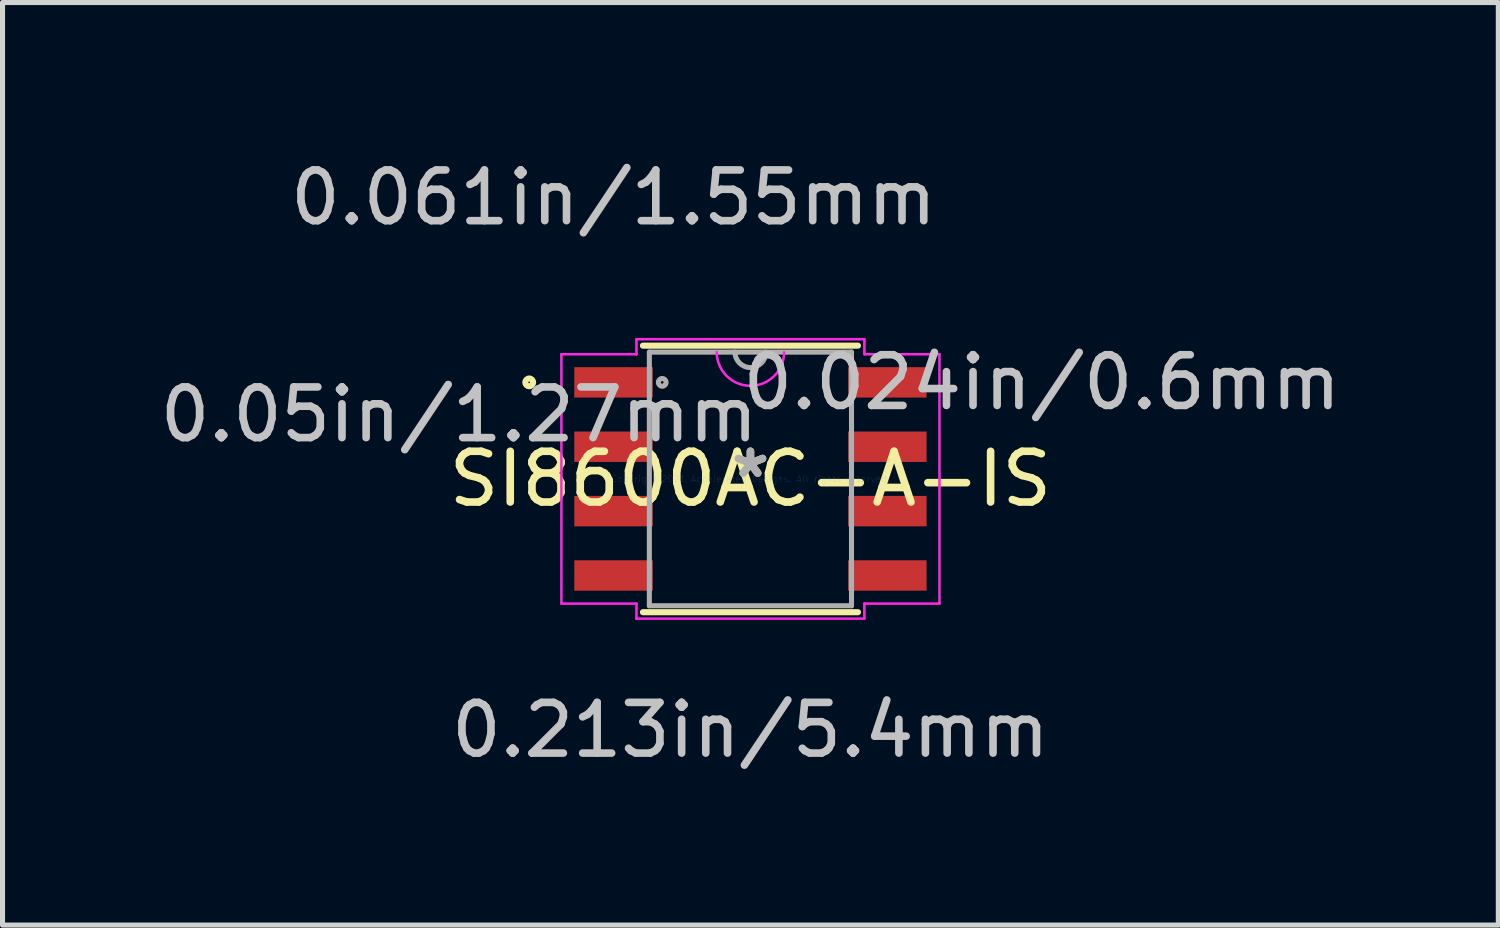
<source format=kicad_pcb>
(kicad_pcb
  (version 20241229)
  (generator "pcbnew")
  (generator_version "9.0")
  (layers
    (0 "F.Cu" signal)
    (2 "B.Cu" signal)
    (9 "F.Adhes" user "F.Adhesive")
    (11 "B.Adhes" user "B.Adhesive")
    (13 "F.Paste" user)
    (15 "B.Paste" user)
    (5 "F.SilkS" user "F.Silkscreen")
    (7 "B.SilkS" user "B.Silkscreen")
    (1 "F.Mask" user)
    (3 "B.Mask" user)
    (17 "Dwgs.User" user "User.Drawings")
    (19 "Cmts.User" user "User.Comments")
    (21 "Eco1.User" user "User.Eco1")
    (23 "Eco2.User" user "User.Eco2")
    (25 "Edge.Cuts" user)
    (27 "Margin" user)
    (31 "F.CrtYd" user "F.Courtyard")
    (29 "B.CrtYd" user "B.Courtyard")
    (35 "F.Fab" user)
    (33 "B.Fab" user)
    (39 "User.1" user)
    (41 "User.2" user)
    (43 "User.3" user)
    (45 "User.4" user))
  (footprint "SI8600AC-A-IS"
    (layer "F.Cu")
    (at 11.754 6.398)
    (property "Reference" "SI8600AC-A-IS" (at 0 0 0) (layer "F.SilkS") (effects (font (size 1 1) (thickness 0.15))))
    (attr through_hole)
    (fp_line (start -2.121 2.629) (end 2.121 2.629) (stroke (width 0.12) (type solid)) (layer "F.SilkS"))
    (fp_line (start 2.121 -2.629) (end -2.121 -2.629) (stroke (width 0.12) (type solid)) (layer "F.SilkS"))
    (fp_circle (center -4.364 -1.905) (end -4.288 -1.905) (stroke (width 0.12) (type solid)) (fill no) (layer "F.SilkS"))
    (fp_line (start -3.729 -2.459) (end -2.248 -2.459) (stroke (width 0.05) (type solid)) (layer "F.CrtYd"))
    (fp_line (start -3.729 2.459) (end -3.729 -2.459) (stroke (width 0.05) (type solid)) (layer "F.CrtYd"))
    (fp_line (start -2.248 -2.756) (end 2.248 -2.756) (stroke (width 0.05) (type solid)) (layer "F.CrtYd"))
    (fp_line (start -2.248 -2.459) (end -2.248 -2.756) (stroke (width 0.05) (type solid)) (layer "F.CrtYd"))
    (fp_line (start -2.248 2.459) (end -3.729 2.459) (stroke (width 0.05) (type solid)) (layer "F.CrtYd"))
    (fp_line (start -2.248 2.756) (end -2.248 2.459) (stroke (width 0.05) (type solid)) (layer "F.CrtYd"))
    (fp_line (start 2.248 -2.756) (end 2.248 -2.459) (stroke (width 0.05) (type solid)) (layer "F.CrtYd"))
    (fp_line (start 2.248 -2.459) (end 3.729 -2.459) (stroke (width 0.05) (type solid)) (layer "F.CrtYd"))
    (fp_line (start 2.248 2.459) (end 2.248 2.756) (stroke (width 0.05) (type solid)) (layer "F.CrtYd"))
    (fp_line (start 2.248 2.756) (end -2.248 2.756) (stroke (width 0.05) (type solid)) (layer "F.CrtYd"))
    (fp_line (start 3.729 -2.459) (end 3.729 2.459) (stroke (width 0.05) (type solid)) (layer "F.CrtYd"))
    (fp_line (start 3.729 2.459) (end 2.248 2.459) (stroke (width 0.05) (type solid)) (layer "F.CrtYd"))
    (fp_arc (start 0.664633 -2.5019) (mid 0 -1.837267) (end -0.664633 -2.5019) (stroke (width 0.05) (type solid)) (layer "F.CrtYd"))
    (fp_line (start -1.994 -2.502) (end -1.994 2.502) (stroke (width 0.1) (type solid)) (layer "F.Fab"))
    (fp_line (start -1.994 2.502) (end 1.994 2.502) (stroke (width 0.1) (type solid)) (layer "F.Fab"))
    (fp_line (start 1.994 -2.502) (end -1.994 -2.502) (stroke (width 0.1) (type solid)) (layer "F.Fab"))
    (fp_line (start 1.994 2.502) (end 1.994 -2.502) (stroke (width 0.1) (type solid)) (layer "F.Fab"))
    (fp_arc (start 0.3048 -2.5019) (mid 0 -2.1971) (end -0.3048 -2.5019) (stroke (width 0.1) (type solid)) (layer "F.Fab"))
    (fp_circle (center -1.74 -1.905) (end -1.664 -1.905) (stroke (width 0.1) (type solid)) (fill no) (layer "F.Fab"))
    (fp_text user "*" (at 0 0 0) (layer "F.SilkS") (effects (font (size 1 1) (thickness 0.15))))
    (fp_text user "0.213in/5.4mm" (at 0 4.953 0) (layer "Dwgs.User") (effects (font (size 1 1) (thickness 0.15))))
    (fp_text user "0.05in/1.27mm" (at -5.748 -1.27 0) (layer "Dwgs.User") (effects (font (size 1 1) (thickness 0.15))))
    (fp_text user "0.061in/1.55mm" (at -2.7 -5.55 0) (layer "Dwgs.User") (effects (font (size 1 1) (thickness 0.15))))
    (fp_text user "0.024in/0.6mm" (at 5.748 -1.905 0) (layer "Dwgs.User") (effects (font (size 1 1) (thickness 0.15))))
    (fp_text user "Copyright 2021 Accelerated Designs. All rights reserved." (at 0 0 0) (layer "Cmts.User") (effects (font (size 0.127 0.127) (thickness 0.002))))
    (fp_text user "*" (at 0 0 0) (layer "F.Fab") (effects (font (size 1 1) (thickness 0.15))))
    (pad "1" smd rect (at -2.7 -1.905) (size 1.55 0.6) (layers "F.Cu" "F.Mask" "F.Paste"))
    (pad "2" smd rect (at -2.7 -0.635) (size 1.55 0.6) (layers "F.Cu" "F.Mask" "F.Paste"))
    (pad "3" smd rect (at -2.7 0.635) (size 1.55 0.6) (layers "F.Cu" "F.Mask" "F.Paste"))
    (pad "4" smd rect (at -2.7 1.905) (size 1.55 0.6) (layers "F.Cu" "F.Mask" "F.Paste"))
    (pad "5" smd rect (at 2.7 1.905) (size 1.55 0.6) (layers "F.Cu" "F.Mask" "F.Paste"))
    (pad "6" smd rect (at 2.7 0.635) (size 1.55 0.6) (layers "F.Cu" "F.Mask" "F.Paste"))
    (pad "7" smd rect (at 2.7 -0.635) (size 1.55 0.6) (layers "F.Cu" "F.Mask" "F.Paste"))
    (pad "8" smd rect (at 2.7 -1.905) (size 1.55 0.6) (layers "F.Cu" "F.Mask" "F.Paste")))
  (gr_rect
    (start -3 -3)
    (end 26.508 15.199)
    (stroke (width 0.1) (type default))
    (fill no)
    (layer "Edge.Cuts")))
</source>
